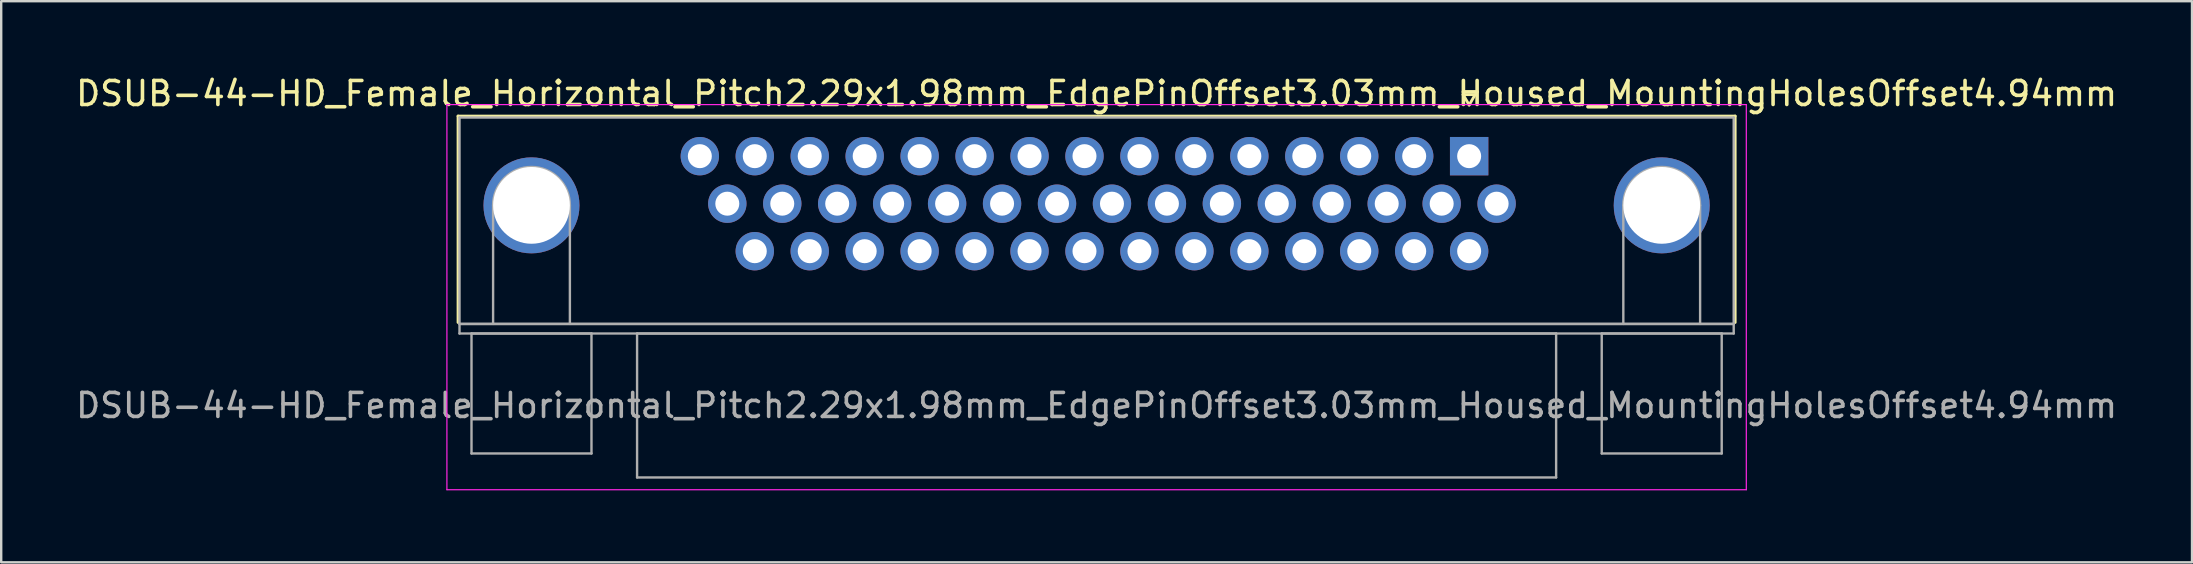
<source format=kicad_pcb>
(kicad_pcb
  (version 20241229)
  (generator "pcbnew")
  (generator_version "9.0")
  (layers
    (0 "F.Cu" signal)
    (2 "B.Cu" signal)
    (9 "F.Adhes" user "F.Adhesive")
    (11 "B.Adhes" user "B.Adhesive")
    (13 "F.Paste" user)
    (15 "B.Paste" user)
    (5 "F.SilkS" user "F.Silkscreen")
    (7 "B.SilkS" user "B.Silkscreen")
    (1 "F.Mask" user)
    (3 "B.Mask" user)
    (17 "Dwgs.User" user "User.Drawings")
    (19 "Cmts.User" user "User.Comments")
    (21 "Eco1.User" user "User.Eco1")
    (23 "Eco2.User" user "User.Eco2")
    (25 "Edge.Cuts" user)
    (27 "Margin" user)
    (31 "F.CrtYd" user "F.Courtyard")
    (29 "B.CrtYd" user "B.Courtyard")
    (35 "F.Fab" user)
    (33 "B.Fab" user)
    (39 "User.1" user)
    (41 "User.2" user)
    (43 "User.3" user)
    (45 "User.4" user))
  (footprint "DSUB-44-HD_Female_Horizontal_Pitch2.29x1.98mm_EdgePinOffset3.03mm_Housed_MountingHolesOffset4.94mm"
    (layer "F.Cu")
    (at 58.174 3.458)
    (property "Reference" "DSUB-44-HD_Female_Horizontal_Pitch2.29x1.98mm_EdgePinOffset3.03mm_Housed_MountingHolesOffset4.94mm" (at -15.525 -2.61 0) (layer "F.SilkS") (effects (font (size 1 1) (thickness 0.15))))
    (attr through_hole)
    (fp_line (start -42.135 -1.67) (end 11.085 -1.67) (stroke (width 0.12) (type solid)) (layer "F.SilkS"))
    (fp_line (start -42.135 6.93) (end -42.135 -1.67) (stroke (width 0.12) (type solid)) (layer "F.SilkS"))
    (fp_line (start -0.25 -2.564) (end 0.25 -2.564) (stroke (width 0.12) (type solid)) (layer "F.SilkS"))
    (fp_line (start 0 -2.131) (end -0.25 -2.564) (stroke (width 0.12) (type solid)) (layer "F.SilkS"))
    (fp_line (start 0.25 -2.564) (end 0 -2.131) (stroke (width 0.12) (type solid)) (layer "F.SilkS"))
    (fp_line (start 11.085 -1.67) (end 11.085 6.93) (stroke (width 0.12) (type solid)) (layer "F.SilkS"))
    (fp_line (start -42.6 -2.15) (end -42.6 13.9) (stroke (width 0.05) (type solid)) (layer "F.CrtYd"))
    (fp_line (start -42.6 13.9) (end 11.55 13.9) (stroke (width 0.05) (type solid)) (layer "F.CrtYd"))
    (fp_line (start 11.55 -2.15) (end -42.6 -2.15) (stroke (width 0.05) (type solid)) (layer "F.CrtYd"))
    (fp_line (start 11.55 13.9) (end 11.55 -2.15) (stroke (width 0.05) (type solid)) (layer "F.CrtYd"))
    (fp_line (start -42.075 -1.61) (end -42.075 6.99) (stroke (width 0.1) (type solid)) (layer "F.Fab"))
    (fp_line (start -42.075 6.99) (end -42.075 7.39) (stroke (width 0.1) (type solid)) (layer "F.Fab"))
    (fp_line (start -42.075 6.99) (end 11.025 6.99) (stroke (width 0.1) (type solid)) (layer "F.Fab"))
    (fp_line (start -42.075 7.39) (end 11.025 7.39) (stroke (width 0.1) (type solid)) (layer "F.Fab"))
    (fp_line (start -41.575 7.39) (end -41.575 12.39) (stroke (width 0.1) (type solid)) (layer "F.Fab"))
    (fp_line (start -41.575 12.39) (end -36.575 12.39) (stroke (width 0.1) (type solid)) (layer "F.Fab"))
    (fp_line (start -40.675 6.99) (end -40.675 2.05) (stroke (width 0.1) (type solid)) (layer "F.Fab"))
    (fp_line (start -37.475 6.99) (end -37.475 2.05) (stroke (width 0.1) (type solid)) (layer "F.Fab"))
    (fp_line (start -36.575 7.39) (end -41.575 7.39) (stroke (width 0.1) (type solid)) (layer "F.Fab"))
    (fp_line (start -36.575 12.39) (end -36.575 7.39) (stroke (width 0.1) (type solid)) (layer "F.Fab"))
    (fp_line (start -34.675 7.39) (end -34.675 13.39) (stroke (width 0.1) (type solid)) (layer "F.Fab"))
    (fp_line (start -34.675 13.39) (end 3.625 13.39) (stroke (width 0.1) (type solid)) (layer "F.Fab"))
    (fp_line (start 3.625 7.39) (end -34.675 7.39) (stroke (width 0.1) (type solid)) (layer "F.Fab"))
    (fp_line (start 3.625 13.39) (end 3.625 7.39) (stroke (width 0.1) (type solid)) (layer "F.Fab"))
    (fp_line (start 5.525 7.39) (end 5.525 12.39) (stroke (width 0.1) (type solid)) (layer "F.Fab"))
    (fp_line (start 5.525 12.39) (end 10.525 12.39) (stroke (width 0.1) (type solid)) (layer "F.Fab"))
    (fp_line (start 6.425 6.99) (end 6.425 2.05) (stroke (width 0.1) (type solid)) (layer "F.Fab"))
    (fp_line (start 9.625 6.99) (end 9.625 2.05) (stroke (width 0.1) (type solid)) (layer "F.Fab"))
    (fp_line (start 10.525 7.39) (end 5.525 7.39) (stroke (width 0.1) (type solid)) (layer "F.Fab"))
    (fp_line (start 10.525 12.39) (end 10.525 7.39) (stroke (width 0.1) (type solid)) (layer "F.Fab"))
    (fp_line (start 11.025 -1.61) (end -42.075 -1.61) (stroke (width 0.1) (type solid)) (layer "F.Fab"))
    (fp_line (start 11.025 6.99) (end -42.075 6.99) (stroke (width 0.1) (type solid)) (layer "F.Fab"))
    (fp_line (start 11.025 6.99) (end 11.025 -1.61) (stroke (width 0.1) (type solid)) (layer "F.Fab"))
    (fp_line (start 11.025 7.39) (end 11.025 6.99) (stroke (width 0.1) (type solid)) (layer "F.Fab"))
    (fp_arc (start -40.675 2.05) (mid -39.075 0.45) (end -37.475 2.05) (stroke (width 0.1) (type solid)) (layer "F.Fab"))
    (fp_arc (start 6.425 2.05) (mid 8.025 0.45) (end 9.625 2.05) (stroke (width 0.1) (type solid)) (layer "F.Fab"))
    (fp_text user "${REFERENCE}" (at -15.525 10.39 0) (layer "F.Fab") (effects (font (size 1 1) (thickness 0.15))))
    (pad "0" thru_hole circle (at -39.075 2.05) (size 4 4) (drill 3.2) (layers "*.Cu" "*.Mask"))
    (pad "0" thru_hole circle (at 8.025 2.05) (size 4 4) (drill 3.2) (layers "*.Cu" "*.Mask"))
    (pad "1" thru_hole rect (at 0 0) (size 1.6 1.6) (drill 1) (layers "*.Cu" "*.Mask"))
    (pad "2" thru_hole circle (at -2.29 0) (size 1.6 1.6) (drill 1) (layers "*.Cu" "*.Mask"))
    (pad "3" thru_hole circle (at -4.58 0) (size 1.6 1.6) (drill 1) (layers "*.Cu" "*.Mask"))
    (pad "4" thru_hole circle (at -6.87 0) (size 1.6 1.6) (drill 1) (layers "*.Cu" "*.Mask"))
    (pad "5" thru_hole circle (at -9.16 0) (size 1.6 1.6) (drill 1) (layers "*.Cu" "*.Mask"))
    (pad "6" thru_hole circle (at -11.45 0) (size 1.6 1.6) (drill 1) (layers "*.Cu" "*.Mask"))
    (pad "7" thru_hole circle (at -13.74 0) (size 1.6 1.6) (drill 1) (layers "*.Cu" "*.Mask"))
    (pad "8" thru_hole circle (at -16.03 0) (size 1.6 1.6) (drill 1) (layers "*.Cu" "*.Mask"))
    (pad "9" thru_hole circle (at -18.32 0) (size 1.6 1.6) (drill 1) (layers "*.Cu" "*.Mask"))
    (pad "10" thru_hole circle (at -20.61 0) (size 1.6 1.6) (drill 1) (layers "*.Cu" "*.Mask"))
    (pad "11" thru_hole circle (at -22.9 0) (size 1.6 1.6) (drill 1) (layers "*.Cu" "*.Mask"))
    (pad "12" thru_hole circle (at -25.19 0) (size 1.6 1.6) (drill 1) (layers "*.Cu" "*.Mask"))
    (pad "13" thru_hole circle (at -27.48 0) (size 1.6 1.6) (drill 1) (layers "*.Cu" "*.Mask"))
    (pad "14" thru_hole circle (at -29.77 0) (size 1.6 1.6) (drill 1) (layers "*.Cu" "*.Mask"))
    (pad "15" thru_hole circle (at -32.06 0) (size 1.6 1.6) (drill 1) (layers "*.Cu" "*.Mask"))
    (pad "16" thru_hole circle (at 1.145 1.98) (size 1.6 1.6) (drill 1) (layers "*.Cu" "*.Mask"))
    (pad "17" thru_hole circle (at -1.145 1.98) (size 1.6 1.6) (drill 1) (layers "*.Cu" "*.Mask"))
    (pad "18" thru_hole circle (at -3.435 1.98) (size 1.6 1.6) (drill 1) (layers "*.Cu" "*.Mask"))
    (pad "19" thru_hole circle (at -5.725 1.98) (size 1.6 1.6) (drill 1) (layers "*.Cu" "*.Mask"))
    (pad "20" thru_hole circle (at -8.015 1.98) (size 1.6 1.6) (drill 1) (layers "*.Cu" "*.Mask"))
    (pad "21" thru_hole circle (at -10.305 1.98) (size 1.6 1.6) (drill 1) (layers "*.Cu" "*.Mask"))
    (pad "22" thru_hole circle (at -12.595 1.98) (size 1.6 1.6) (drill 1) (layers "*.Cu" "*.Mask"))
    (pad "23" thru_hole circle (at -14.885 1.98) (size 1.6 1.6) (drill 1) (layers "*.Cu" "*.Mask"))
    (pad "24" thru_hole circle (at -17.175 1.98) (size 1.6 1.6) (drill 1) (layers "*.Cu" "*.Mask"))
    (pad "25" thru_hole circle (at -19.465 1.98) (size 1.6 1.6) (drill 1) (layers "*.Cu" "*.Mask"))
    (pad "26" thru_hole circle (at -21.755 1.98) (size 1.6 1.6) (drill 1) (layers "*.Cu" "*.Mask"))
    (pad "27" thru_hole circle (at -24.045 1.98) (size 1.6 1.6) (drill 1) (layers "*.Cu" "*.Mask"))
    (pad "28" thru_hole circle (at -26.335 1.98) (size 1.6 1.6) (drill 1) (layers "*.Cu" "*.Mask"))
    (pad "29" thru_hole circle (at -28.625 1.98) (size 1.6 1.6) (drill 1) (layers "*.Cu" "*.Mask"))
    (pad "30" thru_hole circle (at -30.915 1.98) (size 1.6 1.6) (drill 1) (layers "*.Cu" "*.Mask"))
    (pad "31" thru_hole circle (at 0 3.96) (size 1.6 1.6) (drill 1) (layers "*.Cu" "*.Mask"))
    (pad "32" thru_hole circle (at -2.29 3.96) (size 1.6 1.6) (drill 1) (layers "*.Cu" "*.Mask"))
    (pad "33" thru_hole circle (at -4.58 3.96) (size 1.6 1.6) (drill 1) (layers "*.Cu" "*.Mask"))
    (pad "34" thru_hole circle (at -6.87 3.96) (size 1.6 1.6) (drill 1) (layers "*.Cu" "*.Mask"))
    (pad "35" thru_hole circle (at -9.16 3.96) (size 1.6 1.6) (drill 1) (layers "*.Cu" "*.Mask"))
    (pad "36" thru_hole circle (at -11.45 3.96) (size 1.6 1.6) (drill 1) (layers "*.Cu" "*.Mask"))
    (pad "37" thru_hole circle (at -13.74 3.96) (size 1.6 1.6) (drill 1) (layers "*.Cu" "*.Mask"))
    (pad "38" thru_hole circle (at -16.03 3.96) (size 1.6 1.6) (drill 1) (layers "*.Cu" "*.Mask"))
    (pad "39" thru_hole circle (at -18.32 3.96) (size 1.6 1.6) (drill 1) (layers "*.Cu" "*.Mask"))
    (pad "40" thru_hole circle (at -20.61 3.96) (size 1.6 1.6) (drill 1) (layers "*.Cu" "*.Mask"))
    (pad "41" thru_hole circle (at -22.9 3.96) (size 1.6 1.6) (drill 1) (layers "*.Cu" "*.Mask"))
    (pad "42" thru_hole circle (at -25.19 3.96) (size 1.6 1.6) (drill 1) (layers "*.Cu" "*.Mask"))
    (pad "43" thru_hole circle (at -27.48 3.96) (size 1.6 1.6) (drill 1) (layers "*.Cu" "*.Mask"))
    (pad "44" thru_hole circle (at -29.77 3.96) (size 1.6 1.6) (drill 1) (layers "*.Cu" "*.Mask")))
  (gr_rect
    (start -3 -3)
    (end 88.298 20.383)
    (stroke (width 0.1) (type default))
    (fill no)
    (layer "Edge.Cuts")))
</source>
